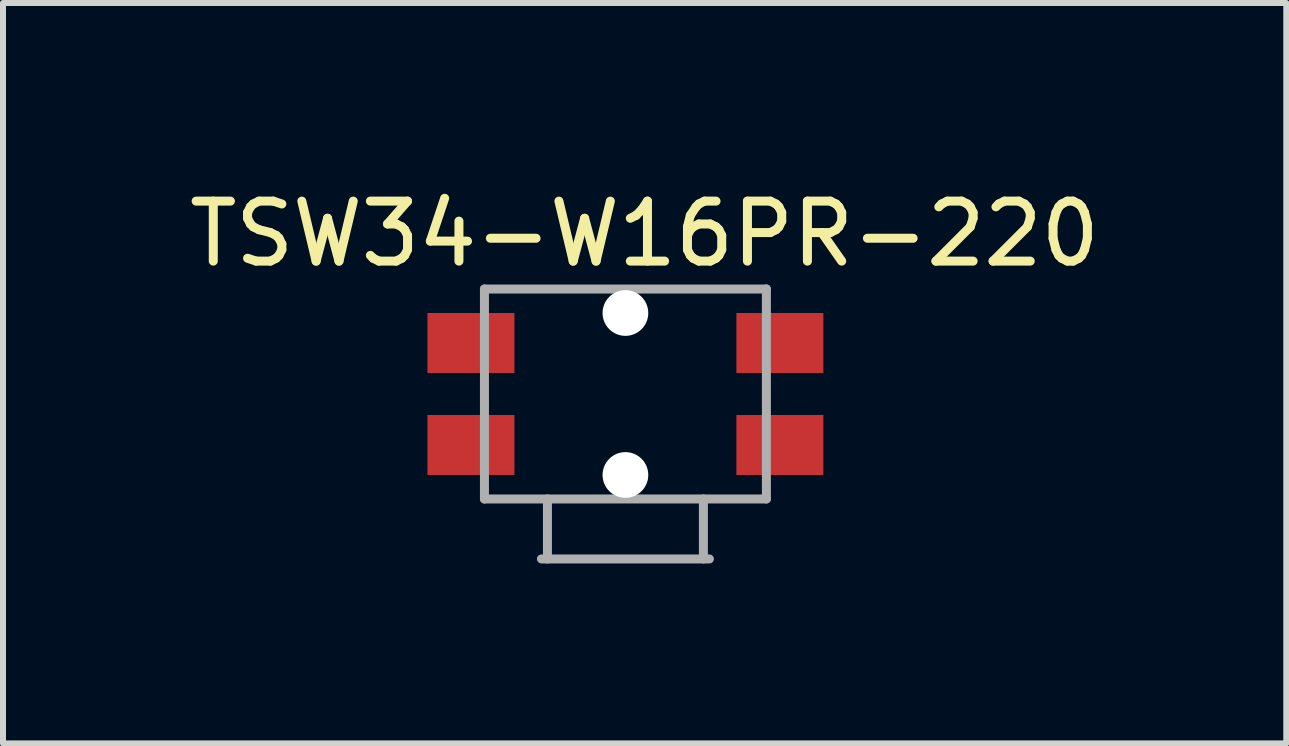
<source format=kicad_pcb>
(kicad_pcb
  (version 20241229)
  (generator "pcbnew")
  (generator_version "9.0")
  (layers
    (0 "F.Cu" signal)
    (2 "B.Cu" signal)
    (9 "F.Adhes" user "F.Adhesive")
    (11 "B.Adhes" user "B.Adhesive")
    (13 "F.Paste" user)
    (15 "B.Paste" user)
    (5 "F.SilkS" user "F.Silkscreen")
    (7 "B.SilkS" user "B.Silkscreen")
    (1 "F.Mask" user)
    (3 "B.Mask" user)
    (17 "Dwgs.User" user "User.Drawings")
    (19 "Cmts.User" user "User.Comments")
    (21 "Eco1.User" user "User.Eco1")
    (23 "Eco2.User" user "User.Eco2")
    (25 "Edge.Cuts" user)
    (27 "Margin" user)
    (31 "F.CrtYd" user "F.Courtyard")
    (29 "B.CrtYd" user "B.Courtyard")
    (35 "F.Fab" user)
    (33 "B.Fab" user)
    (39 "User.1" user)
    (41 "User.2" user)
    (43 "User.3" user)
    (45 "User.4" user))
  (footprint "TSW34-W16PR-220"
    (layer "F.Cu")
    (at 7.376 3.518)
    (property "Reference" "TSW34-W16PR-220" (at 0.32 -2.67 0) (layer "F.SilkS") (effects (font (size 1 1) (thickness 0.15))))
    (attr smd)
    (fp_line (start -2.35 -1.75) (end 2.35 -1.75) (stroke (width 0.15) (type solid)) (layer "F.Fab"))
    (fp_line (start -2.35 1.75) (end -2.35 -1.75) (stroke (width 0.15) (type solid)) (layer "F.Fab"))
    (fp_line (start -1.4 2.75) (end 1.4 2.75) (stroke (width 0.15) (type solid)) (layer "F.Fab"))
    (fp_line (start -1.3 2.75) (end -1.3 1.75) (stroke (width 0.15) (type solid)) (layer "F.Fab"))
    (fp_line (start 1.3 1.75) (end 1.3 2.75) (stroke (width 0.15) (type solid)) (layer "F.Fab"))
    (fp_line (start 2.35 -1.75) (end 2.35 1.75) (stroke (width 0.15) (type solid)) (layer "F.Fab"))
    (fp_line (start 2.35 1.75) (end -2.35 1.75) (stroke (width 0.15) (type solid)) (layer "F.Fab"))
    (pad "" np_thru_hole circle (at 0 -1.35) (size 0.762 0.762) (drill 0.762) (layers "*.Cu" "*.Mask"))
    (pad "" np_thru_hole circle (at 0 1.35) (size 0.762 0.762) (drill 0.762) (layers "*.Cu" "*.Mask"))
    (pad "1" smd rect (at -2.575 0.85) (size 1.45 1) (layers "F.Cu" "F.Mask" "F.Paste"))
    (pad "1" smd rect (at 2.575 0.85) (size 1.45 1) (layers "F.Cu" "F.Mask" "F.Paste"))
    (pad "2" smd rect (at -2.575 -0.85) (size 1.45 1) (layers "F.Cu" "F.Mask" "F.Paste"))
    (pad "2" smd rect (at 2.575 -0.85) (size 1.45 1) (layers "F.Cu" "F.Mask" "F.Paste")))
  (gr_rect
    (start -3 -3)
    (end 18.393 9.343)
    (stroke (width 0.1) (type default))
    (fill no)
    (layer "Edge.Cuts")))
</source>
